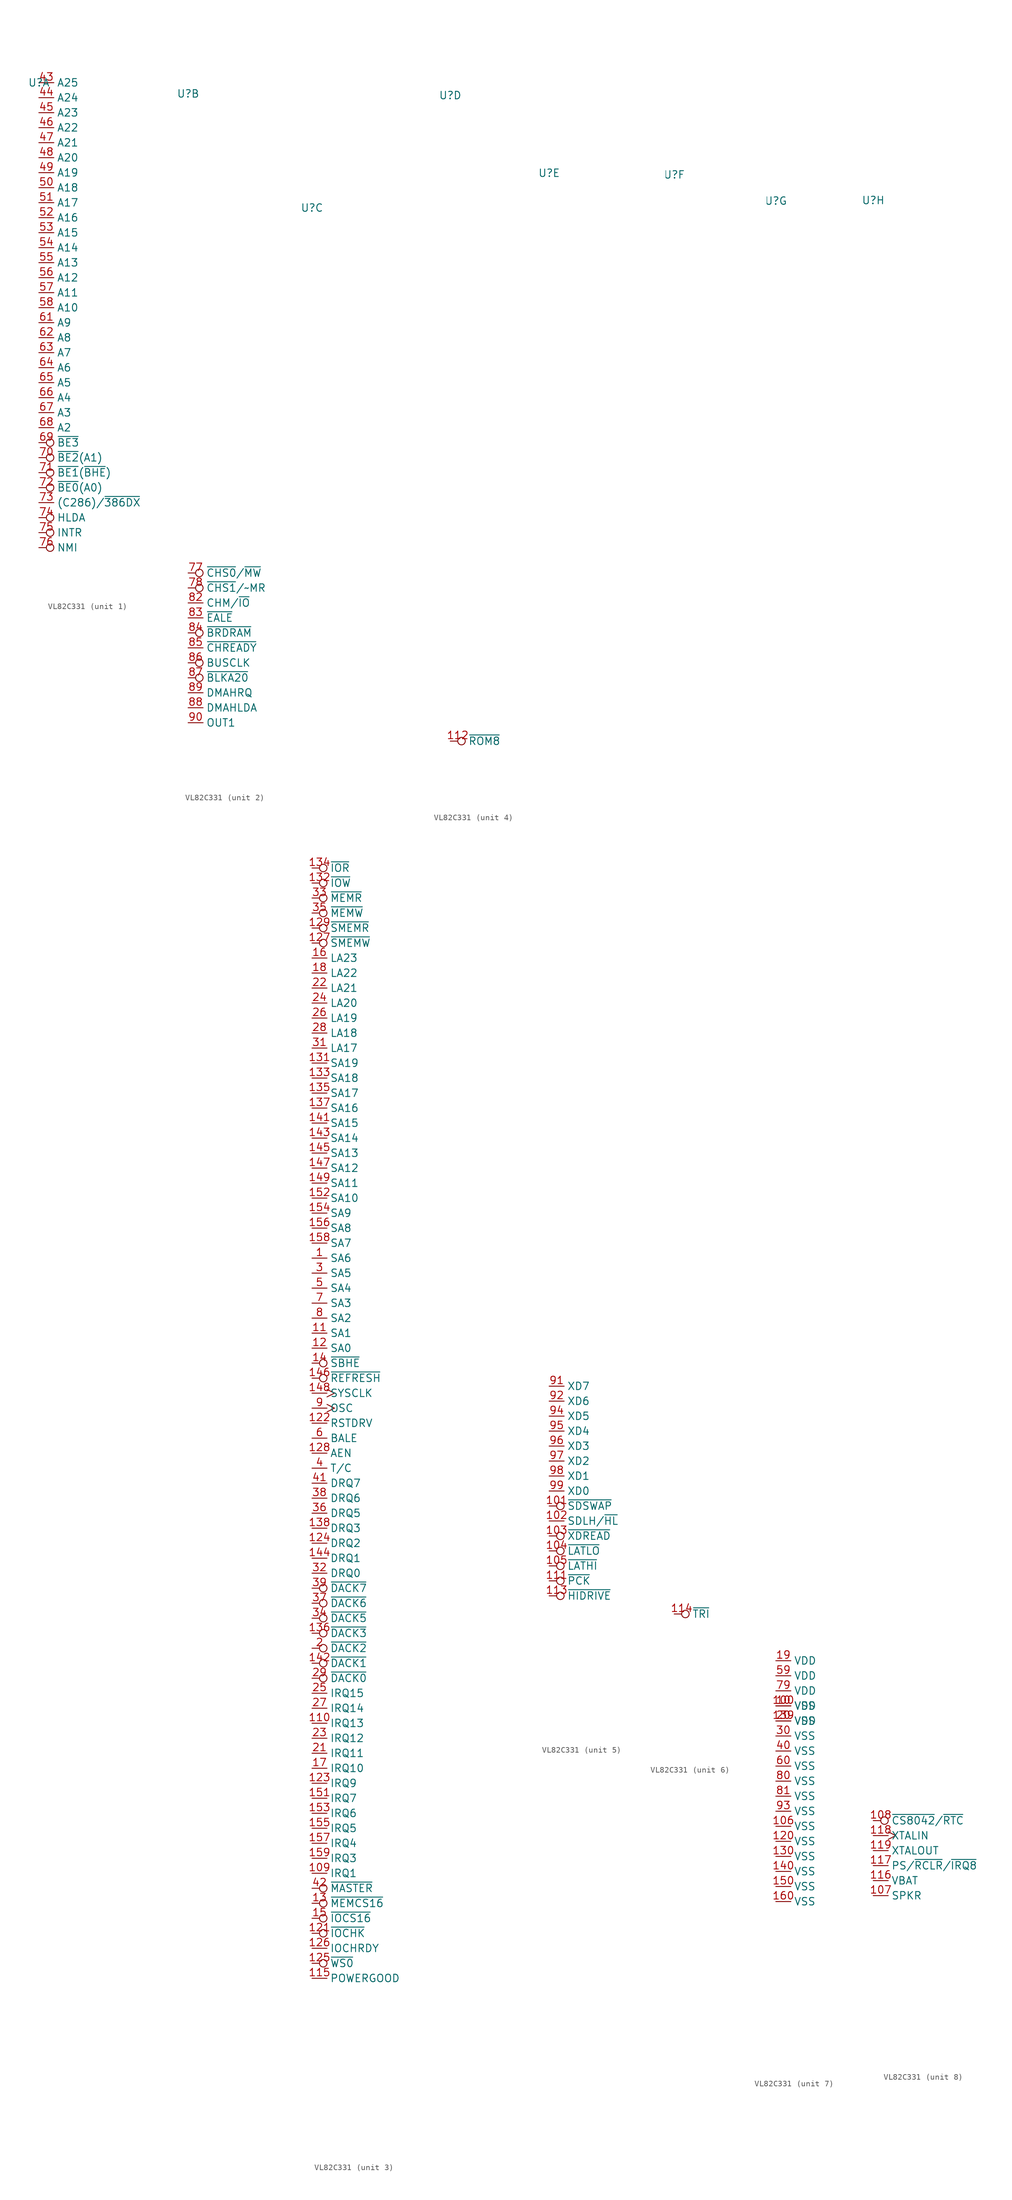
<source format=kicad_sym>
(kicad_symbol_lib
  (version 20220914)
  (generator kicad_symbol_editor)
  (symbol "VL82C331"
    (property "Reference" "U"
      (at 0 0 0)
      (effects (font (size 1.27 1.27))))
    (property "Value" ""
      (at 0 0 0)
      (effects (font (size 1.27 1.27))))
    (property "ki_locked" ""
      (at 0 0 0)
      (effects (font (size 1.27 1.27))))
    (symbol "VL82C331_1_0"
      (unit_name "CPU Interface")
      (pin output line (at 0 0 0) (length 2.54) (name "A25" (effects (font (size 1.27 1.27)))) (number "43" (effects (font (size 1.27 1.27)))))
      (pin output line (at 0 -2.54 0) (length 2.54) (name "A24" (effects (font (size 1.27 1.27)))) (number "44" (effects (font (size 1.27 1.27)))))
      (pin bidirectional line (at 0 -5.08 0) (length 2.54) (name "A23" (effects (font (size 1.27 1.27)))) (number "45" (effects (font (size 1.27 1.27)))))
      (pin bidirectional line (at 0 -7.62 0) (length 2.54) (name "A22" (effects (font (size 1.27 1.27)))) (number "46" (effects (font (size 1.27 1.27)))))
      (pin bidirectional line (at 0 -10.16 0) (length 2.54) (name "A21" (effects (font (size 1.27 1.27)))) (number "47" (effects (font (size 1.27 1.27)))))
      (pin bidirectional line (at 0 -12.7 0) (length 2.54) (name "A20" (effects (font (size 1.27 1.27)))) (number "48" (effects (font (size 1.27 1.27)))))
      (pin bidirectional line (at 0 -15.24 0) (length 2.54) (name "A19" (effects (font (size 1.27 1.27)))) (number "49" (effects (font (size 1.27 1.27)))))
      (pin bidirectional line (at 0 -17.78 0) (length 2.54) (name "A18" (effects (font (size 1.27 1.27)))) (number "50" (effects (font (size 1.27 1.27)))))
      (pin bidirectional line (at 0 -20.32 0) (length 2.54) (name "A17" (effects (font (size 1.27 1.27)))) (number "51" (effects (font (size 1.27 1.27)))))
      (pin bidirectional line (at 0 -22.86 0) (length 2.54) (name "A16" (effects (font (size 1.27 1.27)))) (number "52" (effects (font (size 1.27 1.27)))))
      (pin bidirectional line (at 0 -25.4 0) (length 2.54) (name "A15" (effects (font (size 1.27 1.27)))) (number "53" (effects (font (size 1.27 1.27)))))
      (pin bidirectional line (at 0 -27.94 0) (length 2.54) (name "A14" (effects (font (size 1.27 1.27)))) (number "54" (effects (font (size 1.27 1.27)))))
      (pin bidirectional line (at 0 -30.48 0) (length 2.54) (name "A13" (effects (font (size 1.27 1.27)))) (number "55" (effects (font (size 1.27 1.27)))))
      (pin bidirectional line (at 0 -33.02 0) (length 2.54) (name "A12" (effects (font (size 1.27 1.27)))) (number "56" (effects (font (size 1.27 1.27)))))
      (pin bidirectional line (at 0 -35.56 0) (length 2.54) (name "A11" (effects (font (size 1.27 1.27)))) (number "57" (effects (font (size 1.27 1.27)))))
      (pin bidirectional line (at 0 -38.1 0) (length 2.54) (name "A10" (effects (font (size 1.27 1.27)))) (number "58" (effects (font (size 1.27 1.27)))))
      (pin bidirectional line (at 0 -40.64 0) (length 2.54) (name "A9" (effects (font (size 1.27 1.27)))) (number "61" (effects (font (size 1.27 1.27)))))
      (pin bidirectional line (at 0 -43.18 0) (length 2.54) (name "A8" (effects (font (size 1.27 1.27)))) (number "62" (effects (font (size 1.27 1.27)))))
      (pin bidirectional line (at 0 -45.72 0) (length 2.54) (name "A7" (effects (font (size 1.27 1.27)))) (number "63" (effects (font (size 1.27 1.27)))))
      (pin bidirectional line (at 0 -48.26 0) (length 2.54) (name "A6" (effects (font (size 1.27 1.27)))) (number "64" (effects (font (size 1.27 1.27)))))
      (pin output line (at 0 -50.8 0) (length 2.54) (name "A5" (effects (font (size 1.27 1.27)))) (number "65" (effects (font (size 1.27 1.27)))))
      (pin output line (at 0 -53.34 0) (length 2.54) (name "A4" (effects (font (size 1.27 1.27)))) (number "66" (effects (font (size 1.27 1.27)))))
      (pin output line (at 0 -55.88 0) (length 2.54) (name "A3" (effects (font (size 1.27 1.27)))) (number "67" (effects (font (size 1.27 1.27)))))
      (pin bidirectional line (at 0 -58.42 0) (length 2.54) (name "A2" (effects (font (size 1.27 1.27)))) (number "68" (effects (font (size 1.27 1.27)))))
      (pin bidirectional inverted (at 0 -60.96 0) (length 2.54) (name "~{BE3}" (effects (font (size 1.27 1.27)))) (number "69" (effects (font (size 1.27 1.27)))))
      (pin bidirectional inverted (at 0 -63.5 0) (length 2.54) (name "~{BE2}(A1)" (effects (font (size 1.27 1.27)))) (number "70" (effects (font (size 1.27 1.27)))))
      (pin bidirectional inverted (at 0 -66.04 0) (length 2.54) (name "~{BE1}(~{BHE})" (effects (font (size 1.27 1.27)))) (number "71" (effects (font (size 1.27 1.27)))))
      (pin bidirectional inverted (at 0 -68.58 0) (length 2.54) (name "~{BE0}(A0)" (effects (font (size 1.27 1.27)))) (number "72" (effects (font (size 1.27 1.27)))))
      (pin input line (at 0 -71.12 0) (length 2.54) (name "(C286)/~{386DX}" (effects (font (size 1.27 1.27)))) (number "73" (effects (font (size 1.27 1.27)))))
      (pin input inverted (at 0 -73.66 0) (length 2.54) (name "HLDA" (effects (font (size 1.27 1.27)))) (number "74" (effects (font (size 1.27 1.27)))))
      (pin output inverted (at 0 -76.2 0) (length 2.54) (name "INTR" (effects (font (size 1.27 1.27)))) (number "75" (effects (font (size 1.27 1.27)))))
      (pin output inverted (at 0 -78.74 0) (length 2.54) (name "NMI" (effects (font (size 1.27 1.27)))) (number "76" (effects (font (size 1.27 1.27))))))
    (symbol "VL82C331_2_0"
      (unit_name "System Controller Interface")
      (pin bidirectional inverted (at 0 -81.28 0) (length 2.54) (name "~{CHS0}/~{MW}" (effects (font (size 1.27 1.27)))) (number "77" (effects (font (size 1.27 1.27)))))
      (pin bidirectional inverted (at 0 -83.82 0) (length 2.54) (name "~{CHS1}/~MR" (effects (font (size 1.27 1.27)))) (number "78" (effects (font (size 1.27 1.27)))))
      (pin input line (at 0 -86.36 0) (length 2.54) (name "CHM/~{IO}" (effects (font (size 1.27 1.27)))) (number "82" (effects (font (size 1.27 1.27)))))
      (pin input line (at 0 -88.9 0) (length 2.54) (name "~{EALE}" (effects (font (size 1.27 1.27)))) (number "83" (effects (font (size 1.27 1.27)))))
      (pin input inverted (at 0 -91.44 0) (length 2.54) (name "~{BRDRAM}" (effects (font (size 1.27 1.27)))) (number "84" (effects (font (size 1.27 1.27)))))
      (pin output line (at 0 -93.98 0) (length 2.54) (name "~{CHREADY}" (effects (font (size 1.27 1.27)))) (number "85" (effects (font (size 1.27 1.27)))))
      (pin input inverted (at 0 -96.52 0) (length 2.54) (name "BUSCLK" (effects (font (size 1.27 1.27)))) (number "86" (effects (font (size 1.27 1.27)))))
      (pin input inverted (at 0 -99.06 0) (length 2.54) (name "~{BLKA20}" (effects (font (size 1.27 1.27)))) (number "87" (effects (font (size 1.27 1.27)))))
      (pin input line (at 0 -104.14 0) (length 2.54) (name "DMAHLDA" (effects (font (size 1.27 1.27)))) (number "88" (effects (font (size 1.27 1.27)))))
      (pin output line (at 0 -101.6 0) (length 2.54) (name "DMAHRQ" (effects (font (size 1.27 1.27)))) (number "89" (effects (font (size 1.27 1.27)))))
      (pin output line (at 0 -106.68 0) (length 2.54) (name "OUT1" (effects (font (size 1.27 1.27)))) (number "90" (effects (font (size 1.27 1.27))))))
    (symbol "VL82C331_3_0"
      (unit_name "BUS Interface")
      (pin bidirectional line (at 0 -177.8 0) (length 2.54) (name "SA6" (effects (font (size 1.27 1.27)))) (number "1" (effects (font (size 1.27 1.27)))))
      (pin input line (at 0 -281.94 0) (length 2.54) (name "IRQ1" (effects (font (size 1.27 1.27)))) (number "109" (effects (font (size 1.27 1.27)))))
      (pin bidirectional line (at 0 -190.5 0) (length 2.54) (name "SA1" (effects (font (size 1.27 1.27)))) (number "11" (effects (font (size 1.27 1.27)))))
      (pin input line (at 0 -256.54 0) (length 2.54) (name "IRQ13" (effects (font (size 1.27 1.27)))) (number "110" (effects (font (size 1.27 1.27)))))
      (pin input line (at 0 -299.72 0) (length 2.54) (name "POWERGOOD" (effects (font (size 1.27 1.27)))) (number "115" (effects (font (size 1.27 1.27)))))
      (pin bidirectional line (at 0 -193.04 0) (length 2.54) (name "SA0" (effects (font (size 1.27 1.27)))) (number "12" (effects (font (size 1.27 1.27)))))
      (pin input inverted (at 0 -292.1 0) (length 2.54) (name "~{IOCHK}" (effects (font (size 1.27 1.27)))) (number "121" (effects (font (size 1.27 1.27)))))
      (pin output line (at 0 -205.74 0) (length 2.54) (name "RSTDRV" (effects (font (size 1.27 1.27)))) (number "122" (effects (font (size 1.27 1.27)))))
      (pin input line (at 0 -266.7 0) (length 2.54) (name "IRQ9" (effects (font (size 1.27 1.27)))) (number "123" (effects (font (size 1.27 1.27)))))
      (pin input line (at 0 -226.06 0) (length 2.54) (name "DRQ2" (effects (font (size 1.27 1.27)))) (number "124" (effects (font (size 1.27 1.27)))))
      (pin input inverted (at 0 -297.18 0) (length 2.54) (name "~{WS0}" (effects (font (size 1.27 1.27)))) (number "125" (effects (font (size 1.27 1.27)))))
      (pin input line (at 0 -294.64 0) (length 2.54) (name "IOCHRDY" (effects (font (size 1.27 1.27)))) (number "126" (effects (font (size 1.27 1.27)))))
      (pin output inverted (at 0 -124.46 0) (length 2.54) (name "~{SMEMW}" (effects (font (size 1.27 1.27)))) (number "127" (effects (font (size 1.27 1.27)))))
      (pin output line (at 0 -210.82 0) (length 2.54) (name "AEN" (effects (font (size 1.27 1.27)))) (number "128" (effects (font (size 1.27 1.27)))))
      (pin output inverted (at 0 -121.92 0) (length 2.54) (name "~{SMEMR}" (effects (font (size 1.27 1.27)))) (number "129" (effects (font (size 1.27 1.27)))))
      (pin input inverted (at 0 -287.02 0) (length 2.54) (name "~{MEMCS16}" (effects (font (size 1.27 1.27)))) (number "13" (effects (font (size 1.27 1.27)))))
      (pin output line (at 0 -144.78 0) (length 2.54) (name "SA19" (effects (font (size 1.27 1.27)))) (number "131" (effects (font (size 1.27 1.27)))))
      (pin bidirectional inverted (at 0 -114.3 0) (length 2.54) (name "~{IOW}" (effects (font (size 1.27 1.27)))) (number "132" (effects (font (size 1.27 1.27)))))
      (pin output line (at 0 -147.32 0) (length 2.54) (name "SA18" (effects (font (size 1.27 1.27)))) (number "133" (effects (font (size 1.27 1.27)))))
      (pin bidirectional inverted (at 0 -111.76 0) (length 2.54) (name "~{IOR}" (effects (font (size 1.27 1.27)))) (number "134" (effects (font (size 1.27 1.27)))))
      (pin output line (at 0 -149.86 0) (length 2.54) (name "SA17" (effects (font (size 1.27 1.27)))) (number "135" (effects (font (size 1.27 1.27)))))
      (pin output inverted (at 0 -241.3 0) (length 2.54) (name "~{DACK3}" (effects (font (size 1.27 1.27)))) (number "136" (effects (font (size 1.27 1.27)))))
      (pin bidirectional line (at 0 -152.4 0) (length 2.54) (name "SA16" (effects (font (size 1.27 1.27)))) (number "137" (effects (font (size 1.27 1.27)))))
      (pin input line (at 0 -223.52 0) (length 2.54) (name "DRQ3" (effects (font (size 1.27 1.27)))) (number "138" (effects (font (size 1.27 1.27)))))
      (pin bidirectional inverted (at 0 -195.58 0) (length 2.54) (name "~{SBHE}" (effects (font (size 1.27 1.27)))) (number "14" (effects (font (size 1.27 1.27)))))
      (pin bidirectional line (at 0 -154.94 0) (length 2.54) (name "SA15" (effects (font (size 1.27 1.27)))) (number "141" (effects (font (size 1.27 1.27)))))
      (pin output inverted (at 0 -246.38 0) (length 2.54) (name "~{DACK1}" (effects (font (size 1.27 1.27)))) (number "142" (effects (font (size 1.27 1.27)))))
      (pin bidirectional line (at 0 -157.48 0) (length 2.54) (name "SA14" (effects (font (size 1.27 1.27)))) (number "143" (effects (font (size 1.27 1.27)))))
      (pin input line (at 0 -228.6 0) (length 2.54) (name "DRQ1" (effects (font (size 1.27 1.27)))) (number "144" (effects (font (size 1.27 1.27)))))
      (pin bidirectional line (at 0 -160.02 0) (length 2.54) (name "SA13" (effects (font (size 1.27 1.27)))) (number "145" (effects (font (size 1.27 1.27)))))
      (pin input inverted (at 0 -198.12 0) (length 2.54) (name "~{REFRESH}" (effects (font (size 1.27 1.27)))) (number "146" (effects (font (size 1.27 1.27)))))
      (pin bidirectional line (at 0 -162.56 0) (length 2.54) (name "SA12" (effects (font (size 1.27 1.27)))) (number "147" (effects (font (size 1.27 1.27)))))
      (pin output clock (at 0 -200.66 0) (length 2.54) (name "SYSCLK" (effects (font (size 1.27 1.27)))) (number "148" (effects (font (size 1.27 1.27)))))
      (pin bidirectional line (at 0 -165.1 0) (length 2.54) (name "SA11" (effects (font (size 1.27 1.27)))) (number "149" (effects (font (size 1.27 1.27)))))
      (pin input inverted (at 0 -289.56 0) (length 2.54) (name "~{IOCS16}" (effects (font (size 1.27 1.27)))) (number "15" (effects (font (size 1.27 1.27)))))
      (pin input line (at 0 -269.24 0) (length 2.54) (name "IRQ7" (effects (font (size 1.27 1.27)))) (number "151" (effects (font (size 1.27 1.27)))))
      (pin bidirectional line (at 0 -167.64 0) (length 2.54) (name "SA10" (effects (font (size 1.27 1.27)))) (number "152" (effects (font (size 1.27 1.27)))))
      (pin input line (at 0 -271.78 0) (length 2.54) (name "IRQ6" (effects (font (size 1.27 1.27)))) (number "153" (effects (font (size 1.27 1.27)))))
      (pin bidirectional line (at 0 -170.18 0) (length 2.54) (name "SA9" (effects (font (size 1.27 1.27)))) (number "154" (effects (font (size 1.27 1.27)))))
      (pin input line (at 0 -274.32 0) (length 2.54) (name "IRQ5" (effects (font (size 1.27 1.27)))) (number "155" (effects (font (size 1.27 1.27)))))
      (pin bidirectional line (at 0 -172.72 0) (length 2.54) (name "SA8" (effects (font (size 1.27 1.27)))) (number "156" (effects (font (size 1.27 1.27)))))
      (pin input line (at 0 -276.86 0) (length 2.54) (name "IRQ4" (effects (font (size 1.27 1.27)))) (number "157" (effects (font (size 1.27 1.27)))))
      (pin bidirectional line (at 0 -175.26 0) (length 2.54) (name "SA7" (effects (font (size 1.27 1.27)))) (number "158" (effects (font (size 1.27 1.27)))))
      (pin input line (at 0 -279.4 0) (length 2.54) (name "IRQ3" (effects (font (size 1.27 1.27)))) (number "159" (effects (font (size 1.27 1.27)))))
      (pin bidirectional line (at 0 -127 0) (length 2.54) (name "LA23" (effects (font (size 1.27 1.27)))) (number "16" (effects (font (size 1.27 1.27)))))
      (pin input line (at 0 -264.16 0) (length 2.54) (name "IRQ10" (effects (font (size 1.27 1.27)))) (number "17" (effects (font (size 1.27 1.27)))))
      (pin bidirectional line (at 0 -129.54 0) (length 2.54) (name "LA22" (effects (font (size 1.27 1.27)))) (number "18" (effects (font (size 1.27 1.27)))))
      (pin output inverted (at 0 -243.84 0) (length 2.54) (name "~{DACK2}" (effects (font (size 1.27 1.27)))) (number "2" (effects (font (size 1.27 1.27)))))
      (pin input line (at 0 -261.62 0) (length 2.54) (name "IRQ11" (effects (font (size 1.27 1.27)))) (number "21" (effects (font (size 1.27 1.27)))))
      (pin bidirectional line (at 0 -132.08 0) (length 2.54) (name "LA21" (effects (font (size 1.27 1.27)))) (number "22" (effects (font (size 1.27 1.27)))))
      (pin input line (at 0 -259.08 0) (length 2.54) (name "IRQ12" (effects (font (size 1.27 1.27)))) (number "23" (effects (font (size 1.27 1.27)))))
      (pin bidirectional line (at 0 -134.62 0) (length 2.54) (name "LA20" (effects (font (size 1.27 1.27)))) (number "24" (effects (font (size 1.27 1.27)))))
      (pin input line (at 0 -251.46 0) (length 2.54) (name "IRQ15" (effects (font (size 1.27 1.27)))) (number "25" (effects (font (size 1.27 1.27)))))
      (pin bidirectional line (at 0 -137.16 0) (length 2.54) (name "LA19" (effects (font (size 1.27 1.27)))) (number "26" (effects (font (size 1.27 1.27)))))
      (pin input line (at 0 -254 0) (length 2.54) (name "IRQ14" (effects (font (size 1.27 1.27)))) (number "27" (effects (font (size 1.27 1.27)))))
      (pin bidirectional line (at 0 -139.7 0) (length 2.54) (name "LA18" (effects (font (size 1.27 1.27)))) (number "28" (effects (font (size 1.27 1.27)))))
      (pin output inverted (at 0 -248.92 0) (length 2.54) (name "~{DACK0}" (effects (font (size 1.27 1.27)))) (number "29" (effects (font (size 1.27 1.27)))))
      (pin bidirectional line (at 0 -180.34 0) (length 2.54) (name "SA5" (effects (font (size 1.27 1.27)))) (number "3" (effects (font (size 1.27 1.27)))))
      (pin bidirectional line (at 0 -142.24 0) (length 2.54) (name "LA17" (effects (font (size 1.27 1.27)))) (number "31" (effects (font (size 1.27 1.27)))))
      (pin input line (at 0 -231.14 0) (length 2.54) (name "DRQ0" (effects (font (size 1.27 1.27)))) (number "32" (effects (font (size 1.27 1.27)))))
      (pin bidirectional inverted (at 0 -116.84 0) (length 2.54) (name "~{MEMR}" (effects (font (size 1.27 1.27)))) (number "33" (effects (font (size 1.27 1.27)))))
      (pin output inverted (at 0 -238.76 0) (length 2.54) (name "~{DACK5}" (effects (font (size 1.27 1.27)))) (number "34" (effects (font (size 1.27 1.27)))))
      (pin bidirectional inverted (at 0 -119.38 0) (length 2.54) (name "~{MEMW}" (effects (font (size 1.27 1.27)))) (number "35" (effects (font (size 1.27 1.27)))))
      (pin input line (at 0 -220.98 0) (length 2.54) (name "DRQ5" (effects (font (size 1.27 1.27)))) (number "36" (effects (font (size 1.27 1.27)))))
      (pin output inverted (at 0 -236.22 0) (length 2.54) (name "~{DACK6}" (effects (font (size 1.27 1.27)))) (number "37" (effects (font (size 1.27 1.27)))))
      (pin input line (at 0 -218.44 0) (length 2.54) (name "DRQ6" (effects (font (size 1.27 1.27)))) (number "38" (effects (font (size 1.27 1.27)))))
      (pin output inverted (at 0 -233.68 0) (length 2.54) (name "~{DACK7}" (effects (font (size 1.27 1.27)))) (number "39" (effects (font (size 1.27 1.27)))))
      (pin output line (at 0 -213.36 0) (length 2.54) (name "T/C" (effects (font (size 1.27 1.27)))) (number "4" (effects (font (size 1.27 1.27)))))
      (pin input line (at 0 -215.9 0) (length 2.54) (name "DRQ7" (effects (font (size 1.27 1.27)))) (number "41" (effects (font (size 1.27 1.27)))))
      (pin input inverted (at 0 -284.48 0) (length 2.54) (name "~{MASTER}" (effects (font (size 1.27 1.27)))) (number "42" (effects (font (size 1.27 1.27)))))
      (pin bidirectional line (at 0 -182.88 0) (length 2.54) (name "SA4" (effects (font (size 1.27 1.27)))) (number "5" (effects (font (size 1.27 1.27)))))
      (pin output line (at 0 -208.28 0) (length 2.54) (name "BALE" (effects (font (size 1.27 1.27)))) (number "6" (effects (font (size 1.27 1.27)))))
      (pin bidirectional line (at 0 -185.42 0) (length 2.54) (name "SA3" (effects (font (size 1.27 1.27)))) (number "7" (effects (font (size 1.27 1.27)))))
      (pin bidirectional line (at 0 -187.96 0) (length 2.54) (name "SA2" (effects (font (size 1.27 1.27)))) (number "8" (effects (font (size 1.27 1.27)))))
      (pin input clock (at 0 -203.2 0) (length 2.54) (name "OSC" (effects (font (size 1.27 1.27)))) (number "9" (effects (font (size 1.27 1.27))))))
    (symbol "VL82C331_4_0"
      (unit_name "ROM Interface")
      (pin input inverted (at 0 -109.22 0) (length 2.54) (name "~{ROM8}" (effects (font (size 1.27 1.27)))) (number "112" (effects (font (size 1.27 1.27))))))
    (symbol "VL82C331_5_0"
      (unit_name "DATA BUFFER INTERFACE")
      (pin output inverted (at 0 -226.06 0) (length 2.54) (name "~{SDSWAP}" (effects (font (size 1.27 1.27)))) (number "101" (effects (font (size 1.27 1.27)))))
      (pin output line (at 0 -228.6 0) (length 2.54) (name "SDLH/~{HL}" (effects (font (size 1.27 1.27)))) (number "102" (effects (font (size 1.27 1.27)))))
      (pin output inverted (at 0 -231.14 0) (length 2.54) (name "~{XDREAD}" (effects (font (size 1.27 1.27)))) (number "103" (effects (font (size 1.27 1.27)))))
      (pin output inverted (at 0 -233.68 0) (length 2.54) (name "~{LATLO}" (effects (font (size 1.27 1.27)))) (number "104" (effects (font (size 1.27 1.27)))))
      (pin output inverted (at 0 -236.22 0) (length 2.54) (name "~{LATHI}" (effects (font (size 1.27 1.27)))) (number "105" (effects (font (size 1.27 1.27)))))
      (pin input inverted (at 0 -238.76 0) (length 2.54) (name "~{PCK}" (effects (font (size 1.27 1.27)))) (number "111" (effects (font (size 1.27 1.27)))))
      (pin input inverted (at 0 -241.3 0) (length 2.54) (name "~{HIDRIVE}" (effects (font (size 1.27 1.27)))) (number "113" (effects (font (size 1.27 1.27)))))
      (pin bidirectional line (at 0 -205.74 0) (length 2.54) (name "XD7" (effects (font (size 1.27 1.27)))) (number "91" (effects (font (size 1.27 1.27)))))
      (pin bidirectional line (at 0 -208.28 0) (length 2.54) (name "XD6" (effects (font (size 1.27 1.27)))) (number "92" (effects (font (size 1.27 1.27)))))
      (pin bidirectional line (at 0 -210.82 0) (length 2.54) (name "XD5" (effects (font (size 1.27 1.27)))) (number "94" (effects (font (size 1.27 1.27)))))
      (pin bidirectional line (at 0 -213.36 0) (length 2.54) (name "XD4" (effects (font (size 1.27 1.27)))) (number "95" (effects (font (size 1.27 1.27)))))
      (pin bidirectional line (at 0 -215.9 0) (length 2.54) (name "XD3" (effects (font (size 1.27 1.27)))) (number "96" (effects (font (size 1.27 1.27)))))
      (pin bidirectional line (at 0 -218.44 0) (length 2.54) (name "XD2" (effects (font (size 1.27 1.27)))) (number "97" (effects (font (size 1.27 1.27)))))
      (pin bidirectional line (at 0 -220.98 0) (length 2.54) (name "XD1" (effects (font (size 1.27 1.27)))) (number "98" (effects (font (size 1.27 1.27)))))
      (pin bidirectional line (at 0 -223.52 0) (length 2.54) (name "XD0" (effects (font (size 1.27 1.27)))) (number "99" (effects (font (size 1.27 1.27))))))
    (symbol "VL82C331_6_0"
      (unit_name "Test Mode Pin")
      (pin input inverted (at 0 -243.84 0) (length 2.54) (name "~{TRI}" (effects (font (size 1.27 1.27)))) (number "114" (effects (font (size 1.27 1.27))))))
    (symbol "VL82C331_7_0"
      (unit_name "Power And Ground")
      (pin power_in line (at 0 -254 0) (length 2.54) (name "VSS" (effects (font (size 1.27 1.27)))) (number "10" (effects (font (size 1.27 1.27)))))
      (pin power_in line (at 0 -254 0) (length 2.54) (name "VDD" (effects (font (size 1.27 1.27)))) (number "100" (effects (font (size 1.27 1.27)))))
      (pin power_in line (at 0 -274.32 0) (length 2.54) (name "VSS" (effects (font (size 1.27 1.27)))) (number "106" (effects (font (size 1.27 1.27)))))
      (pin power_in line (at 0 -276.86 0) (length 2.54) (name "VSS" (effects (font (size 1.27 1.27)))) (number "120" (effects (font (size 1.27 1.27)))))
      (pin power_in line (at 0 -279.4 0) (length 2.54) (name "VSS" (effects (font (size 1.27 1.27)))) (number "130" (effects (font (size 1.27 1.27)))))
      (pin power_in line (at 0 -256.54 0) (length 2.54) (name "VDD" (effects (font (size 1.27 1.27)))) (number "139" (effects (font (size 1.27 1.27)))))
      (pin power_in line (at 0 -281.94 0) (length 2.54) (name "VSS" (effects (font (size 1.27 1.27)))) (number "140" (effects (font (size 1.27 1.27)))))
      (pin power_in line (at 0 -284.48 0) (length 2.54) (name "VSS" (effects (font (size 1.27 1.27)))) (number "150" (effects (font (size 1.27 1.27)))))
      (pin power_in line (at 0 -287.02 0) (length 2.54) (name "VSS" (effects (font (size 1.27 1.27)))) (number "160" (effects (font (size 1.27 1.27)))))
      (pin power_in line (at 0 -246.38 0) (length 2.54) (name "VDD" (effects (font (size 1.27 1.27)))) (number "19" (effects (font (size 1.27 1.27)))))
      (pin power_in line (at 0 -256.54 0) (length 2.54) (name "VSS" (effects (font (size 1.27 1.27)))) (number "20" (effects (font (size 1.27 1.27)))))
      (pin power_in line (at 0 -259.08 0) (length 2.54) (name "VSS" (effects (font (size 1.27 1.27)))) (number "30" (effects (font (size 1.27 1.27)))))
      (pin power_in line (at 0 -261.62 0) (length 2.54) (name "VSS" (effects (font (size 1.27 1.27)))) (number "40" (effects (font (size 1.27 1.27)))))
      (pin power_in line (at 0 -248.92 0) (length 2.54) (name "VDD" (effects (font (size 1.27 1.27)))) (number "59" (effects (font (size 1.27 1.27)))))
      (pin power_in line (at 0 -264.16 0) (length 2.54) (name "VSS" (effects (font (size 1.27 1.27)))) (number "60" (effects (font (size 1.27 1.27)))))
      (pin power_in line (at 0 -251.46 0) (length 2.54) (name "VDD" (effects (font (size 1.27 1.27)))) (number "79" (effects (font (size 1.27 1.27)))))
      (pin power_in line (at 0 -266.7 0) (length 2.54) (name "VSS" (effects (font (size 1.27 1.27)))) (number "80" (effects (font (size 1.27 1.27)))))
      (pin power_in line (at 0 -269.24 0) (length 2.54) (name "VSS" (effects (font (size 1.27 1.27)))) (number "81" (effects (font (size 1.27 1.27)))))
      (pin power_in line (at 0 -271.78 0) (length 2.54) (name "VSS" (effects (font (size 1.27 1.27)))) (number "93" (effects (font (size 1.27 1.27))))))
    (symbol "VL82C331_8_0"
      (pin output line (at 0 -287.02 0) (length 2.54) (name "SPKR" (effects (font (size 1.27 1.27)))) (number "107" (effects (font (size 1.27 1.27)))))
      (pin output inverted (at 0 -274.32 0) (length 2.54) (name "~{CS8042}/~{RTC}" (effects (font (size 1.27 1.27)))) (number "108" (effects (font (size 1.27 1.27)))))
      (pin power_in line (at 0 -284.48 0) (length 2.54) (name "VBAT" (effects (font (size 1.27 1.27)))) (number "116" (effects (font (size 1.27 1.27)))))
      (pin input line (at 0 -281.94 0) (length 2.54) (name "PS/~{RCLR}/~{IRQ8}" (effects (font (size 1.27 1.27)))) (number "117" (effects (font (size 1.27 1.27)))))
      (pin input clock (at 0 -276.86 0) (length 2.54) (name "XTALIN" (effects (font (size 1.27 1.27)))) (number "118" (effects (font (size 1.27 1.27)))))
      (pin output line (at 0 -279.4 0) (length 2.54) (name "XTALOUT" (effects (font (size 1.27 1.27)))) (number "119" (effects (font (size 1.27 1.27))))))))
</source>
